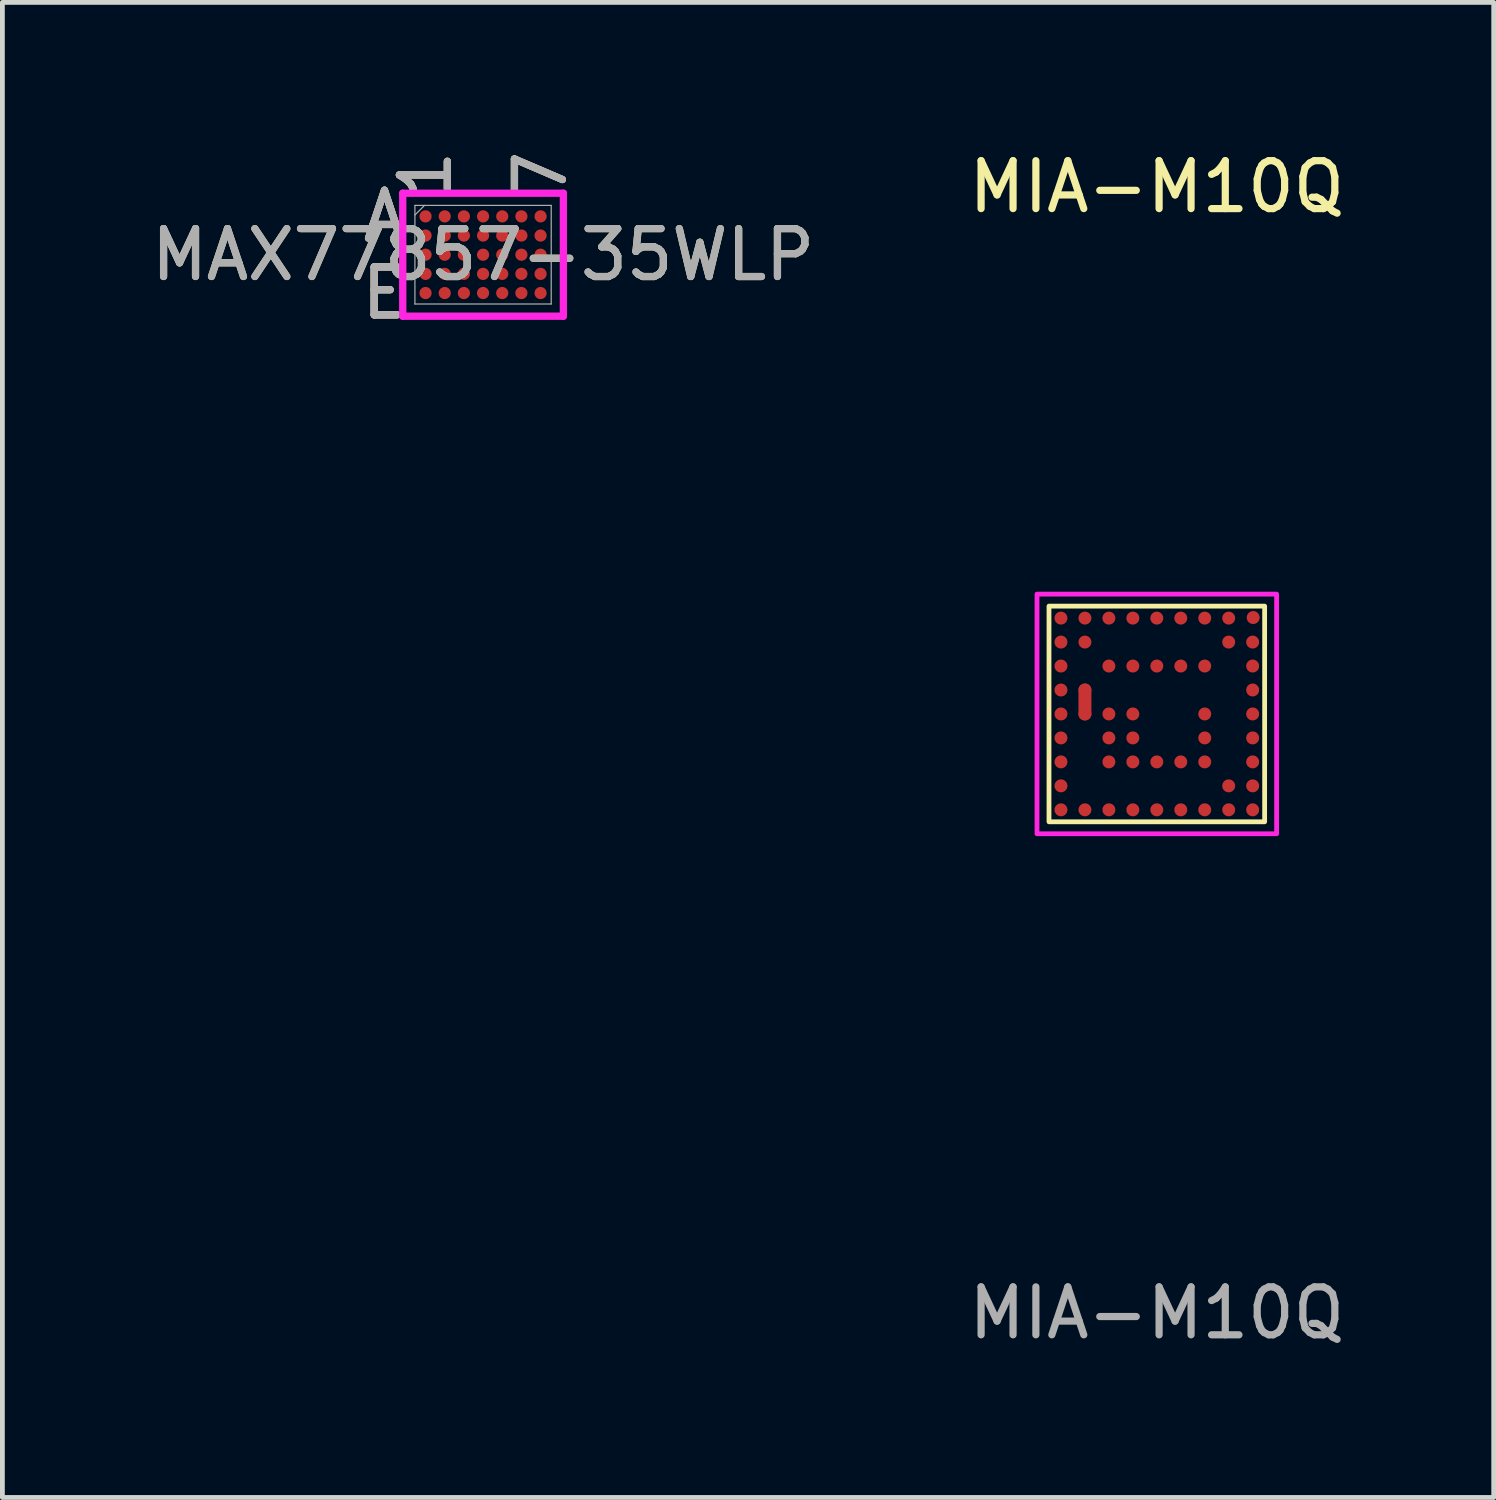
<source format=kicad_pcb>
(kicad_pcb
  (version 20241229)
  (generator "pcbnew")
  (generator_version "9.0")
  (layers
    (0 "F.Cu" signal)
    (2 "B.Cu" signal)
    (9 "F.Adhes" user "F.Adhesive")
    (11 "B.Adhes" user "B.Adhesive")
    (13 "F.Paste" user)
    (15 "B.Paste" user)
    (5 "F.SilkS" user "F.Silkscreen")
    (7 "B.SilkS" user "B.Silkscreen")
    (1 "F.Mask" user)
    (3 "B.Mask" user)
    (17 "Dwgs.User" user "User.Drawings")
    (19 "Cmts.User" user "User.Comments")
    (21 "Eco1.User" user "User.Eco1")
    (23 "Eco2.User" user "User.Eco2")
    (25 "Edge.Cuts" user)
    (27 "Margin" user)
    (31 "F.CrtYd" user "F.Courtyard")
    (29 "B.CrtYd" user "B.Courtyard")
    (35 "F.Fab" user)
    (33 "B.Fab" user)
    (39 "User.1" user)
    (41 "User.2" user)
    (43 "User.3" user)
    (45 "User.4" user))
  (footprint "MIA-M10Q"
    (layer "F.Cu")
    (at 21.089 11.848)
    (property "Reference" "MIA-M10Q" (at 0 -11 0) (unlocked yes) (layer "F.SilkS") (effects (font (size 1 1) (thickness 0.15))))
    (attr smd)
    (fp_line (start -1.5 0) (end -1.5 -0.5) (stroke (width 0.27) (type default)) (layer "F.Cu"))
    (fp_rect (start -2.25 -2.25) (end 2.25 2.25) (stroke (width 0.1) (type default)) (fill no) (layer "F.SilkS"))
    (fp_rect (start -2.5 -2.5) (end 2.5 2.5) (stroke (width 0.1) (type default)) (fill no) (layer "F.CrtYd"))
    (fp_text user "${REFERENCE}" (at 0 12.5 0) (unlocked yes) (layer "F.Fab") (effects (font (size 1 1) (thickness 0.15))))
    (pad "A1" smd circle (at -2 -2) (size 0.27 0.27) (property pad_prop_bga) (layers "F.Cu" "F.Mask" "F.Paste"))
    (pad "A2" smd circle (at -1.5 -2) (size 0.27 0.27) (property pad_prop_bga) (layers "F.Cu" "F.Mask" "F.Paste"))
    (pad "A3" smd circle (at -1 -2) (size 0.27 0.27) (property pad_prop_bga) (layers "F.Cu" "F.Mask" "F.Paste"))
    (pad "A4" smd circle (at -0.5 -2) (size 0.27 0.27) (property pad_prop_bga) (layers "F.Cu" "F.Mask" "F.Paste"))
    (pad "A5" smd circle (at 0 -2) (size 0.27 0.27) (property pad_prop_bga) (layers "F.Cu" "F.Mask" "F.Paste"))
    (pad "A6" smd circle (at 0.5 -2) (size 0.27 0.27) (property pad_prop_bga) (layers "F.Cu" "F.Mask" "F.Paste"))
    (pad "A7" smd circle (at 1 -2) (size 0.27 0.27) (property pad_prop_bga) (layers "F.Cu" "F.Mask" "F.Paste"))
    (pad "A8" smd circle (at 1.5 -2) (size 0.27 0.27) (property pad_prop_bga) (layers "F.Cu" "F.Mask" "F.Paste"))
    (pad "A9" smd circle (at 2.011 -2.012) (size 0.27 0.27) (property pad_prop_bga) (layers "F.Cu" "F.Mask" "F.Paste"))
    (pad "B1" smd circle (at -2 -1.5) (size 0.27 0.27) (property pad_prop_bga) (layers "F.Cu" "F.Mask" "F.Paste"))
    (pad "B2" smd circle (at -1.5 -1.5) (size 0.27 0.27) (property pad_prop_bga) (layers "F.Cu" "F.Mask" "F.Paste"))
    (pad "B8" smd circle (at 1.5 -1.5) (size 0.27 0.27) (property pad_prop_bga) (layers "F.Cu" "F.Mask" "F.Paste"))
    (pad "B9" smd circle (at 2 -1.5) (size 0.27 0.27) (property pad_prop_bga) (layers "F.Cu" "F.Mask" "F.Paste"))
    (pad "C1" smd circle (at -2 -1) (size 0.27 0.27) (property pad_prop_bga) (layers "F.Cu" "F.Mask" "F.Paste"))
    (pad "C3" smd circle (at -1 -1) (size 0.27 0.27) (property pad_prop_bga) (layers "F.Cu" "F.Mask" "F.Paste"))
    (pad "C4" smd circle (at -0.5 -1) (size 0.27 0.27) (property pad_prop_bga) (layers "F.Cu" "F.Mask" "F.Paste"))
    (pad "C5" smd circle (at 0 -1) (size 0.27 0.27) (property pad_prop_bga) (layers "F.Cu" "F.Mask" "F.Paste"))
    (pad "C6" smd circle (at 0.5 -1) (size 0.27 0.27) (property pad_prop_bga) (layers "F.Cu" "F.Mask" "F.Paste"))
    (pad "C7" smd circle (at 1 -1) (size 0.27 0.27) (property pad_prop_bga) (layers "F.Cu" "F.Mask" "F.Paste"))
    (pad "C9" smd circle (at 2 -1) (size 0.27 0.27) (property pad_prop_bga) (layers "F.Cu" "F.Mask" "F.Paste"))
    (pad "D1" smd circle (at -2 -0.5) (size 0.27 0.27) (property pad_prop_bga) (layers "F.Cu" "F.Mask" "F.Paste"))
    (pad "D2" smd circle (at -1.5 -0.5) (size 0.27 0.27) (property pad_prop_bga) (layers "F.Cu" "F.Mask" "F.Paste"))
    (pad "D9" smd circle (at 2 -0.5) (size 0.27 0.27) (property pad_prop_bga) (layers "F.Cu" "F.Mask" "F.Paste"))
    (pad "E1" smd circle (at -2 0) (size 0.27 0.27) (property pad_prop_bga) (layers "F.Cu" "F.Mask" "F.Paste"))
    (pad "E2" smd circle (at -1.5 0) (size 0.27 0.27) (property pad_prop_bga) (layers "F.Cu" "F.Mask" "F.Paste"))
    (pad "E3" smd circle (at -1 0) (size 0.27 0.27) (property pad_prop_bga) (layers "F.Cu" "F.Mask" "F.Paste"))
    (pad "E4" smd circle (at -0.5 0) (size 0.27 0.27) (property pad_prop_bga) (layers "F.Cu" "F.Mask" "F.Paste"))
    (pad "E7" smd circle (at 1 0) (size 0.27 0.27) (property pad_prop_bga) (layers "F.Cu" "F.Mask" "F.Paste"))
    (pad "E9" smd circle (at 2 0) (size 0.27 0.27) (property pad_prop_bga) (layers "F.Cu" "F.Mask" "F.Paste"))
    (pad "F1" smd circle (at -2 0.5) (size 0.27 0.27) (property pad_prop_bga) (layers "F.Cu" "F.Mask" "F.Paste"))
    (pad "F3" smd circle (at -1 0.5) (size 0.27 0.27) (property pad_prop_bga) (layers "F.Cu" "F.Mask" "F.Paste"))
    (pad "F4" smd circle (at -0.5 0.5) (size 0.27 0.27) (property pad_prop_bga) (layers "F.Cu" "F.Mask" "F.Paste"))
    (pad "F7" smd circle (at 1 0.5) (size 0.27 0.27) (property pad_prop_bga) (layers "F.Cu" "F.Mask" "F.Paste"))
    (pad "F9" smd circle (at 2 0.5) (size 0.27 0.27) (property pad_prop_bga) (layers "F.Cu" "F.Mask" "F.Paste"))
    (pad "G1" smd circle (at -2 1) (size 0.27 0.27) (property pad_prop_bga) (layers "F.Cu" "F.Mask" "F.Paste"))
    (pad "G3" smd circle (at -1 1) (size 0.27 0.27) (property pad_prop_bga) (layers "F.Cu" "F.Mask" "F.Paste"))
    (pad "G4" smd circle (at -0.5 1) (size 0.27 0.27) (property pad_prop_bga) (layers "F.Cu" "F.Mask" "F.Paste"))
    (pad "G5" smd circle (at 0 1) (size 0.27 0.27) (property pad_prop_bga) (layers "F.Cu" "F.Mask" "F.Paste"))
    (pad "G6" smd circle (at 0.5 1) (size 0.27 0.27) (property pad_prop_bga) (layers "F.Cu" "F.Mask" "F.Paste"))
    (pad "G7" smd circle (at 1 1) (size 0.27 0.27) (property pad_prop_bga) (layers "F.Cu" "F.Mask" "F.Paste"))
    (pad "G9" smd circle (at 2 1) (size 0.27 0.27) (property pad_prop_bga) (layers "F.Cu" "F.Mask" "F.Paste"))
    (pad "H1" smd circle (at -2 1.5) (size 0.27 0.27) (property pad_prop_bga) (layers "F.Cu" "F.Mask" "F.Paste"))
    (pad "H8" smd circle (at 1.5 1.5) (size 0.27 0.27) (property pad_prop_bga) (layers "F.Cu" "F.Mask" "F.Paste"))
    (pad "H9" smd circle (at 2 1.5) (size 0.27 0.27) (property pad_prop_bga) (layers "F.Cu" "F.Mask" "F.Paste"))
    (pad "J1" smd circle (at -2 2) (size 0.27 0.27) (property pad_prop_bga) (layers "F.Cu" "F.Mask" "F.Paste"))
    (pad "J2" smd circle (at -1.5 2) (size 0.27 0.27) (property pad_prop_bga) (layers "F.Cu" "F.Mask" "F.Paste"))
    (pad "J3" smd circle (at -1 2) (size 0.27 0.27) (property pad_prop_bga) (layers "F.Cu" "F.Mask" "F.Paste"))
    (pad "J4" smd circle (at -0.5 2) (size 0.27 0.27) (property pad_prop_bga) (layers "F.Cu" "F.Mask" "F.Paste"))
    (pad "J5" smd circle (at 0 2) (size 0.27 0.27) (property pad_prop_bga) (layers "F.Cu" "F.Mask" "F.Paste"))
    (pad "J6" smd circle (at 0.5 2) (size 0.27 0.27) (property pad_prop_bga) (layers "F.Cu" "F.Mask" "F.Paste"))
    (pad "J7" smd circle (at 1 2) (size 0.27 0.27) (property pad_prop_bga) (layers "F.Cu" "F.Mask" "F.Paste"))
    (pad "J8" smd circle (at 1.5 2) (size 0.27 0.27) (property pad_prop_bga) (layers "F.Cu" "F.Mask" "F.Paste"))
    (pad "J9" smd circle (at 2 2) (size 0.27 0.27) (property pad_prop_bga) (layers "F.Cu" "F.Mask" "F.Paste")))
  (footprint "MAX77857-35WLP"
    (layer "F.Cu")
    (at 7.03 2.265)
    (property "Reference" "MAX77857-35WLP" (at 0 0 0) (unlocked yes) (layer "F.SilkS") (effects (font (size 1 1) (thickness 0.15))))
    (attr smd)
    (fp_poly (pts (xy -1.845 -1.444) (xy 1.845 -1.444) (xy 1.845 1.444) (xy -1.845 1.444)) (stroke (width 0.1) (type solid)) (fill no) (layer "Eco2.User"))
    (fp_line (start -1.676 -1.283) (end 1.676 -1.283) (stroke (width 0.152) (type solid)) (layer "F.CrtYd"))
    (fp_line (start -1.676 1.283) (end -1.676 -1.283) (stroke (width 0.152) (type solid)) (layer "F.CrtYd"))
    (fp_line (start 1.676 -1.283) (end 1.676 1.283) (stroke (width 0.152) (type solid)) (layer "F.CrtYd"))
    (fp_line (start 1.676 1.283) (end -1.676 1.283) (stroke (width 0.152) (type solid)) (layer "F.CrtYd"))
    (fp_line (start -1.422 -1.029) (end -1.422 1.029) (stroke (width 0.025) (type solid)) (layer "F.Fab"))
    (fp_line (start -1.422 1.029) (end 1.422 1.029) (stroke (width 0.025) (type solid)) (layer "F.Fab"))
    (fp_line (start -1.222 -1.029) (end -1.422 -0.829) (stroke (width 0.025) (type solid)) (layer "F.Fab"))
    (fp_line (start 1.422 -1.029) (end -1.422 -1.029) (stroke (width 0.025) (type solid)) (layer "F.Fab"))
    (fp_line (start 1.422 1.029) (end 1.422 -1.029) (stroke (width 0.025) (type solid)) (layer "F.Fab"))
    (fp_text user "7" (at 1.2 -1.664 90) (unlocked yes) (layer "F.SilkS") (effects (font (size 1 1) (thickness 0.15))))
    (fp_text user "E" (at -2.057 0.8 0) (unlocked yes) (layer "F.SilkS") (effects (font (size 1 1) (thickness 0.15))))
    (fp_text user "1" (at -1.2 -1.664 90) (unlocked yes) (layer "F.SilkS") (effects (font (size 1 1) (thickness 0.15))))
    (fp_text user "A" (at -2.057 -0.8 0) (unlocked yes) (layer "F.SilkS") (effects (font (size 1 1) (thickness 0.15))))
    (fp_text user "A" (at -2.057 -0.8 0) (unlocked yes) (layer "B.SilkS") (effects (font (size 1 1) (thickness 0.15))))
    (fp_text user "7" (at 1.2 -1.664 90) (unlocked yes) (layer "B.SilkS") (effects (font (size 1 1) (thickness 0.15))))
    (fp_text user "E" (at -2.057 0.8 0) (unlocked yes) (layer "B.SilkS") (effects (font (size 1 1) (thickness 0.15))))
    (fp_text user "1" (at -1.2 -1.664 90) (unlocked yes) (layer "B.SilkS") (effects (font (size 1 1) (thickness 0.15))))
    (fp_text user "1" (at -1.2 -1.664 90) (unlocked yes) (layer "F.Fab") (effects (font (size 1 1) (thickness 0.15))))
    (fp_text user "E" (at -2.057 0.8 0) (unlocked yes) (layer "F.Fab") (effects (font (size 1 1) (thickness 0.15))))
    (fp_text user "7" (at 1.2 -1.664 90) (unlocked yes) (layer "F.Fab") (effects (font (size 1 1) (thickness 0.15))))
    (fp_text user "A" (at -2.057 -0.8 0) (unlocked yes) (layer "F.Fab") (effects (font (size 1 1) (thickness 0.15))))
    (fp_text user "${REFERENCE}" (at 0 0 0) (unlocked yes) (layer "F.Fab") (effects (font (size 1 1) (thickness 0.15))))
    (pad "A1" smd circle (at -1.2 -0.8) (size 0.254 0.254) (layers "F.Cu" "F.Mask" "F.Paste"))
    (pad "A2" smd circle (at -0.8 -0.8) (size 0.254 0.254) (layers "F.Cu" "F.Mask" "F.Paste"))
    (pad "A3" smd circle (at -0.4 -0.8) (size 0.254 0.254) (layers "F.Cu" "F.Mask" "F.Paste"))
    (pad "A4" smd circle (at 0 -0.8) (size 0.254 0.254) (layers "F.Cu" "F.Mask" "F.Paste"))
    (pad "A5" smd circle (at 0.4 -0.8) (size 0.254 0.254) (layers "F.Cu" "F.Mask" "F.Paste"))
    (pad "A6" smd circle (at 0.8 -0.8) (size 0.254 0.254) (layers "F.Cu" "F.Mask" "F.Paste"))
    (pad "A7" smd circle (at 1.2 -0.8) (size 0.254 0.254) (layers "F.Cu" "F.Mask" "F.Paste"))
    (pad "B1" smd circle (at -1.2 -0.4) (size 0.254 0.254) (layers "F.Cu" "F.Mask" "F.Paste"))
    (pad "B2" smd circle (at -0.8 -0.4) (size 0.254 0.254) (layers "F.Cu" "F.Mask" "F.Paste"))
    (pad "B3" smd circle (at -0.4 -0.4) (size 0.254 0.254) (layers "F.Cu" "F.Mask" "F.Paste"))
    (pad "B4" smd circle (at 0 -0.4) (size 0.254 0.254) (layers "F.Cu" "F.Mask" "F.Paste"))
    (pad "B5" smd circle (at 0.4 -0.4) (size 0.254 0.254) (layers "F.Cu" "F.Mask" "F.Paste"))
    (pad "B6" smd circle (at 0.8 -0.4) (size 0.254 0.254) (layers "F.Cu" "F.Mask" "F.Paste"))
    (pad "B7" smd circle (at 1.2 -0.4) (size 0.254 0.254) (layers "F.Cu" "F.Mask" "F.Paste"))
    (pad "C1" smd circle (at -1.2 0) (size 0.254 0.254) (layers "F.Cu" "F.Mask" "F.Paste"))
    (pad "C2" smd circle (at -0.8 0) (size 0.254 0.254) (layers "F.Cu" "F.Mask" "F.Paste"))
    (pad "C3" smd circle (at -0.4 0) (size 0.254 0.254) (layers "F.Cu" "F.Mask" "F.Paste"))
    (pad "C4" smd circle (at 0 0) (size 0.254 0.254) (layers "F.Cu" "F.Mask" "F.Paste"))
    (pad "C5" smd circle (at 0.4 0) (size 0.254 0.254) (layers "F.Cu" "F.Mask" "F.Paste"))
    (pad "C6" smd circle (at 0.8 0) (size 0.254 0.254) (layers "F.Cu" "F.Mask" "F.Paste"))
    (pad "C7" smd circle (at 1.2 0) (size 0.254 0.254) (layers "F.Cu" "F.Mask" "F.Paste"))
    (pad "D1" smd circle (at -1.2 0.4) (size 0.254 0.254) (layers "F.Cu" "F.Mask" "F.Paste"))
    (pad "D2" smd circle (at -0.8 0.4) (size 0.254 0.254) (layers "F.Cu" "F.Mask" "F.Paste"))
    (pad "D3" smd circle (at -0.4 0.4) (size 0.254 0.254) (layers "F.Cu" "F.Mask" "F.Paste"))
    (pad "D4" smd circle (at 0 0.4) (size 0.254 0.254) (layers "F.Cu" "F.Mask" "F.Paste"))
    (pad "D5" smd circle (at 0.4 0.4) (size 0.254 0.254) (layers "F.Cu" "F.Mask" "F.Paste"))
    (pad "D6" smd circle (at 0.8 0.4) (size 0.254 0.254) (layers "F.Cu" "F.Mask" "F.Paste"))
    (pad "D7" smd circle (at 1.2 0.4) (size 0.254 0.254) (layers "F.Cu" "F.Mask" "F.Paste"))
    (pad "E1" smd circle (at -1.2 0.8) (size 0.254 0.254) (layers "F.Cu" "F.Mask" "F.Paste"))
    (pad "E2" smd circle (at -0.8 0.8) (size 0.254 0.254) (layers "F.Cu" "F.Mask" "F.Paste"))
    (pad "E3" smd circle (at -0.4 0.8) (size 0.254 0.254) (layers "F.Cu" "F.Mask" "F.Paste"))
    (pad "E4" smd circle (at 0 0.8) (size 0.254 0.254) (layers "F.Cu" "F.Mask" "F.Paste"))
    (pad "E5" smd circle (at 0.4 0.8) (size 0.254 0.254) (layers "F.Cu" "F.Mask" "F.Paste"))
    (pad "E6" smd circle (at 0.8 0.8) (size 0.254 0.254) (layers "F.Cu" "F.Mask" "F.Paste"))
    (pad "E7" smd circle (at 1.2 0.8) (size 0.254 0.254) (layers "F.Cu" "F.Mask" "F.Paste")))
  (gr_rect
    (start -3 -3)
    (end 28.119 28.197)
    (stroke (width 0.1) (type default))
    (fill no)
    (layer "Edge.Cuts")))
</source>
